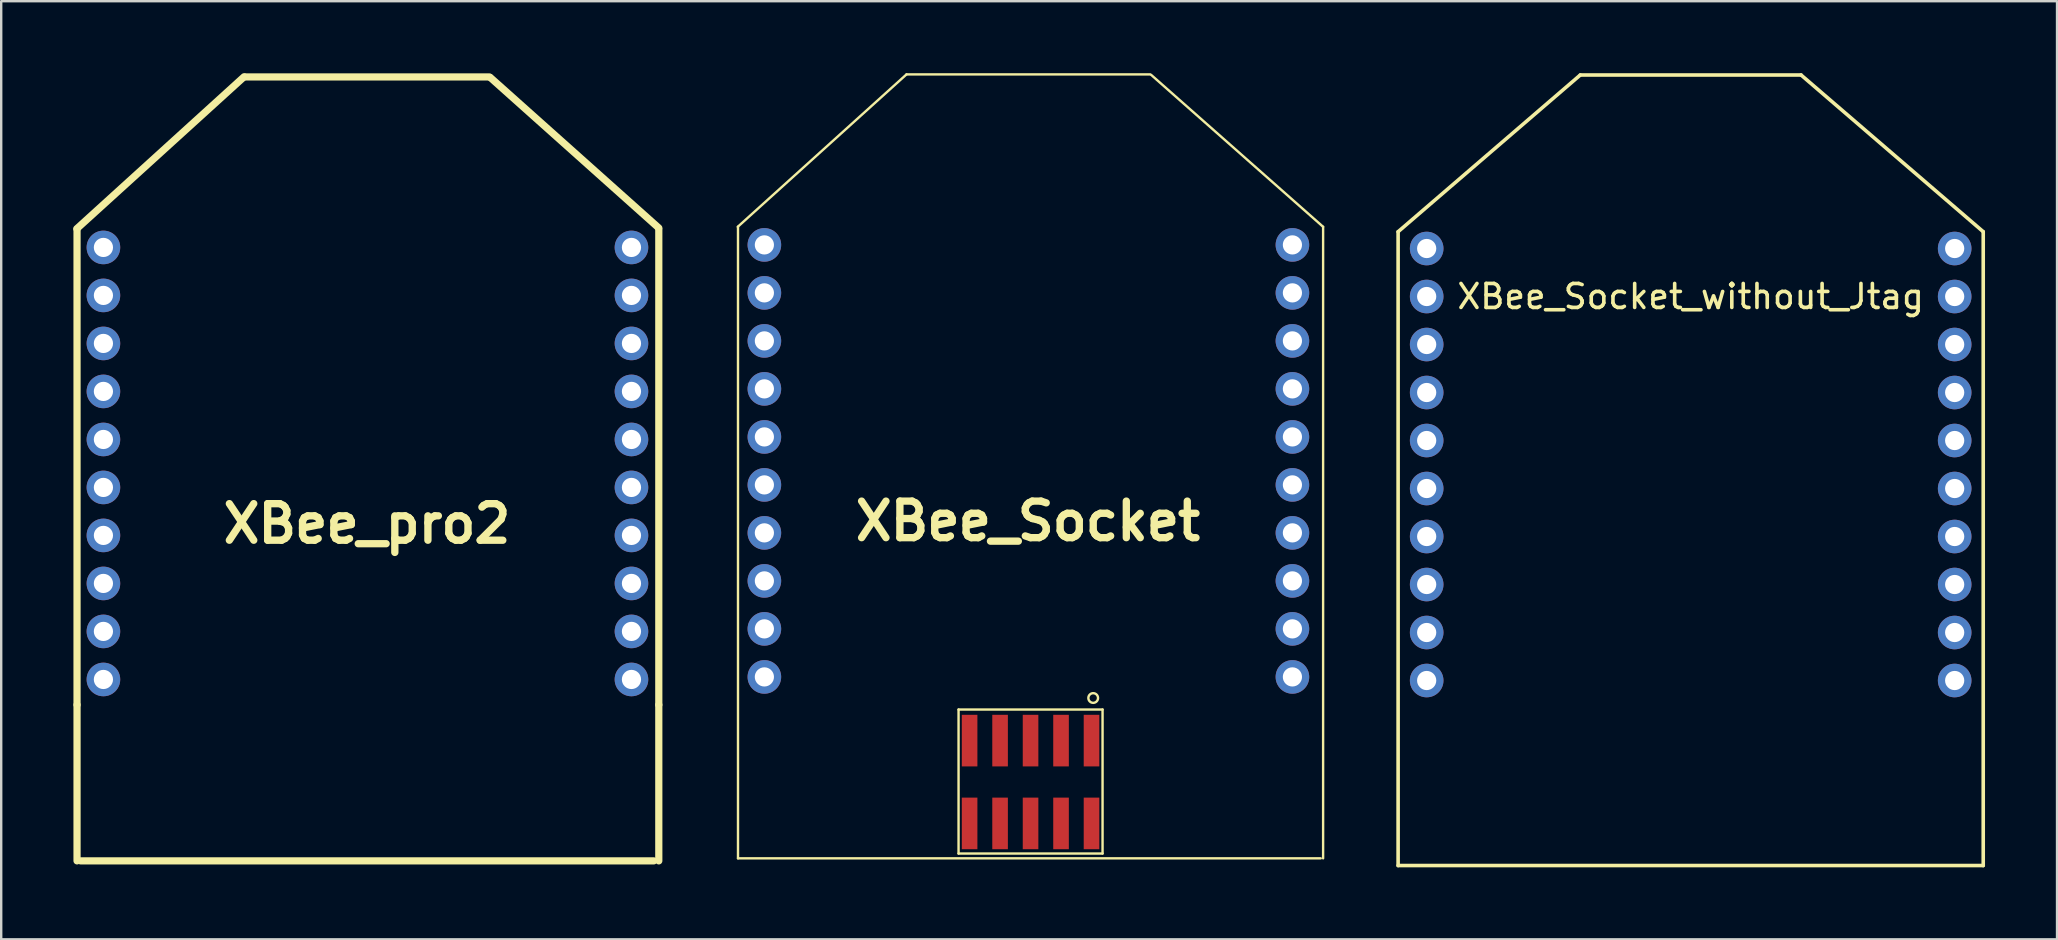
<source format=kicad_pcb>
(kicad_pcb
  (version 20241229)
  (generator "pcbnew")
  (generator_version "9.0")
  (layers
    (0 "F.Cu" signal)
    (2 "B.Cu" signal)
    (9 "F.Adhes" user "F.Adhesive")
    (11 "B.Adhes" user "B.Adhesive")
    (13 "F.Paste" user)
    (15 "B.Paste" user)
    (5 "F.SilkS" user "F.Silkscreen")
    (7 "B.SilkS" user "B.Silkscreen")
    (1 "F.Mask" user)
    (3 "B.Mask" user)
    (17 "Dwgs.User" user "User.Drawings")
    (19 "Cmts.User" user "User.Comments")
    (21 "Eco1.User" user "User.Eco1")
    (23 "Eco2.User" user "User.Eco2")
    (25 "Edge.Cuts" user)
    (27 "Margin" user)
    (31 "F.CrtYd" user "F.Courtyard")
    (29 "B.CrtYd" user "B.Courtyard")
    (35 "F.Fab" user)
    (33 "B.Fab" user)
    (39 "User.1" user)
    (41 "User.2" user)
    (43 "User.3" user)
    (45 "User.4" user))
  (footprint "XBee_pro2"
    (layer "F.Cu")
    (at 0.26 7.14)
    (property "Reference" "XBee_pro2" (at 11.98 11.63 0) (layer "F.SilkS") (effects (font (size 1.524 1.524) (thickness 0.305))))
    (attr through_hole)
    (fp_line (start -0.11 -0.66) (end 6.86 -6.99) (stroke (width 0.3) (type solid)) (layer "F.SilkS"))
    (fp_line (start -0.1 19.178) (end -0.1 -0.634) (stroke (width 0.3) (type solid)) (layer "F.SilkS"))
    (fp_line (start -0.1 19.178) (end -0.1 25.68) (stroke (width 0.3) (type solid)) (layer "F.SilkS"))
    (fp_line (start 0.05 25.68) (end 23.93 25.68) (stroke (width 0.3) (type solid)) (layer "F.SilkS"))
    (fp_line (start 6.92 -6.984) (end 17.08 -6.984) (stroke (width 0.3) (type solid)) (layer "F.SilkS"))
    (fp_line (start 17.12 -6.96) (end 24.14 -0.69) (stroke (width 0.3) (type solid)) (layer "F.SilkS"))
    (fp_line (start 24.14 19.178) (end 24.14 -0.634) (stroke (width 0.3) (type solid)) (layer "F.SilkS"))
    (fp_line (start 24.14 19.178) (end 24.14 25.68) (stroke (width 0.3) (type solid)) (layer "F.SilkS"))
    (pad "1" thru_hole circle (at 0.999 0.12) (size 1.4 1.4) (drill 0.8) (layers "*.Cu" "*.Mask"))
    (pad "2" thru_hole circle (at 0.999 2.119) (size 1.4 1.4) (drill 0.8) (layers "*.Cu" "*.Mask"))
    (pad "3" thru_hole circle (at 0.999 4.12) (size 1.4 1.4) (drill 0.8) (layers "*.Cu" "*.Mask"))
    (pad "4" thru_hole circle (at 0.999 6.119) (size 1.4 1.4) (drill 0.8) (layers "*.Cu" "*.Mask"))
    (pad "5" thru_hole circle (at 0.999 8.121) (size 1.4 1.4) (drill 0.8) (layers "*.Cu" "*.Mask"))
    (pad "6" thru_hole circle (at 0.999 10.12) (size 1.4 1.4) (drill 0.8) (layers "*.Cu" "*.Mask"))
    (pad "7" thru_hole circle (at 0.999 12.119) (size 1.4 1.4) (drill 0.8) (layers "*.Cu" "*.Mask"))
    (pad "8" thru_hole circle (at 0.999 14.12) (size 1.4 1.4) (drill 0.8) (layers "*.Cu" "*.Mask"))
    (pad "9" thru_hole circle (at 0.999 16.119) (size 1.4 1.4) (drill 0.8) (layers "*.Cu" "*.Mask"))
    (pad "10" thru_hole circle (at 0.999 18.121) (size 1.4 1.4) (drill 0.8) (layers "*.Cu" "*.Mask"))
    (pad "11" thru_hole circle (at 23.001 18.121) (size 1.4 1.4) (drill 0.8) (layers "*.Cu" "*.Mask"))
    (pad "12" thru_hole circle (at 23.001 16.119) (size 1.4 1.4) (drill 0.8) (layers "*.Cu" "*.Mask"))
    (pad "13" thru_hole circle (at 23.001 14.12) (size 1.4 1.4) (drill 0.8) (layers "*.Cu" "*.Mask"))
    (pad "14" thru_hole circle (at 23.001 12.119) (size 1.4 1.4) (drill 0.8) (layers "*.Cu" "*.Mask"))
    (pad "15" thru_hole circle (at 23.001 10.12) (size 1.4 1.4) (drill 0.8) (layers "*.Cu" "*.Mask"))
    (pad "16" thru_hole circle (at 23.001 8.121) (size 1.4 1.4) (drill 0.8) (layers "*.Cu" "*.Mask"))
    (pad "17" thru_hole circle (at 23.001 6.119) (size 1.4 1.4) (drill 0.8) (layers "*.Cu" "*.Mask"))
    (pad "18" thru_hole circle (at 23.001 4.12) (size 1.4 1.4) (drill 0.8) (layers "*.Cu" "*.Mask"))
    (pad "19" thru_hole circle (at 23.001 2.119) (size 1.4 1.4) (drill 0.8) (layers "*.Cu" "*.Mask"))
    (pad "20" thru_hole circle (at 23.001 0.12) (size 1.4 1.4) (drill 0.8) (layers "*.Cu" "*.Mask")))
  (footprint "XBee_Socket_without_Jtag"
    (layer "F.Cu")
    (at 56.395 7.305)
    (property "Reference" "XBee_Socket_without_Jtag" (at 11 2 0) (layer "F.SilkS") (effects (font (size 1 1) (thickness 0.15))))
    (attr through_hole)
    (fp_line (start -1.19 -0.7) (end -1.19 25.71) (stroke (width 0.15) (type solid)) (layer "F.SilkS"))
    (fp_line (start -1.19 25.71) (end 23.19 25.71) (stroke (width 0.15) (type solid)) (layer "F.SilkS"))
    (fp_line (start 6.4 -7.23) (end -1.19 -0.7) (stroke (width 0.15) (type solid)) (layer "F.SilkS"))
    (fp_line (start 15.6 -7.23) (end 6.4 -7.23) (stroke (width 0.15) (type solid)) (layer "F.SilkS"))
    (fp_line (start 23.19 -0.7) (end 15.6 -7.23) (stroke (width 0.15) (type solid)) (layer "F.SilkS"))
    (fp_line (start 23.19 25.71) (end 23.19 -0.7) (stroke (width 0.15) (type solid)) (layer "F.SilkS"))
    (pad "1" thru_hole circle (at 0 0) (size 1.4 1.4) (drill 0.8) (layers "*.Cu" "*.Mask"))
    (pad "2" thru_hole circle (at 0 2) (size 1.4 1.4) (drill 0.8) (layers "*.Cu" "*.Mask"))
    (pad "3" thru_hole circle (at 0 4) (size 1.4 1.4) (drill 0.8) (layers "*.Cu" "*.Mask"))
    (pad "4" thru_hole circle (at 0 6) (size 1.4 1.4) (drill 0.8) (layers "*.Cu" "*.Mask"))
    (pad "5" thru_hole circle (at 0 8) (size 1.4 1.4) (drill 0.8) (layers "*.Cu" "*.Mask"))
    (pad "6" thru_hole circle (at 0 10) (size 1.4 1.4) (drill 0.8) (layers "*.Cu" "*.Mask"))
    (pad "7" thru_hole circle (at 0 12) (size 1.4 1.4) (drill 0.8) (layers "*.Cu" "*.Mask"))
    (pad "8" thru_hole circle (at 0 14) (size 1.4 1.4) (drill 0.8) (layers "*.Cu" "*.Mask"))
    (pad "9" thru_hole circle (at 0 16) (size 1.4 1.4) (drill 0.8) (layers "*.Cu" "*.Mask"))
    (pad "10" thru_hole circle (at 0 18) (size 1.4 1.4) (drill 0.8) (layers "*.Cu" "*.Mask"))
    (pad "11" thru_hole circle (at 22 18) (size 1.4 1.4) (drill 0.8) (layers "*.Cu" "*.Mask"))
    (pad "12" thru_hole circle (at 22 16) (size 1.4 1.4) (drill 0.8) (layers "*.Cu" "*.Mask"))
    (pad "13" thru_hole circle (at 22 14) (size 1.4 1.4) (drill 0.8) (layers "*.Cu" "*.Mask"))
    (pad "14" thru_hole circle (at 22 12) (size 1.4 1.4) (drill 0.8) (layers "*.Cu" "*.Mask"))
    (pad "15" thru_hole circle (at 22 10) (size 1.4 1.4) (drill 0.8) (layers "*.Cu" "*.Mask"))
    (pad "16" thru_hole circle (at 22 8) (size 1.4 1.4) (drill 0.8) (layers "*.Cu" "*.Mask"))
    (pad "17" thru_hole circle (at 22 6) (size 1.4 1.4) (drill 0.8) (layers "*.Cu" "*.Mask"))
    (pad "18" thru_hole circle (at 22 4) (size 1.4 1.4) (drill 0.8) (layers "*.Cu" "*.Mask"))
    (pad "19" thru_hole circle (at 22 2) (size 1.4 1.4) (drill 0.8) (layers "*.Cu" "*.Mask"))
    (pad "20" thru_hole circle (at 22 0) (size 1.4 1.4) (drill 0.8) (layers "*.Cu" "*.Mask")))
  (footprint "XBee_Socket"
    (layer "F.Cu")
    (at 27.8 7.034)
    (property "Reference" "XBee_Socket" (at 11.98 11.63 0) (layer "F.SilkS") (effects (font (size 1.524 1.524) (thickness 0.305))))
    (attr through_hole)
    (fp_line (start -0.11 -0.634) (end 6.92 -6.984) (stroke (width 0.1) (type solid)) (layer "F.SilkS"))
    (fp_line (start -0.1 -0.634) (end -0.1 25.68) (stroke (width 0.1) (type solid)) (layer "F.SilkS"))
    (fp_line (start -0.1 25.68) (end 24.18 25.68) (stroke (width 0.1) (type solid)) (layer "F.SilkS"))
    (fp_line (start 6.92 -6.984) (end 17.08 -6.984) (stroke (width 0.1) (type solid)) (layer "F.SilkS"))
    (fp_line (start 9.09 19.48) (end 15.09 19.48) (stroke (width 0.1) (type solid)) (layer "F.SilkS"))
    (fp_line (start 9.09 25.48) (end 9.09 19.48) (stroke (width 0.1) (type solid)) (layer "F.SilkS"))
    (fp_line (start 9.09 25.48) (end 15.09 25.48) (stroke (width 0.1) (type solid)) (layer "F.SilkS"))
    (fp_line (start 15.09 25.48) (end 15.09 19.48) (stroke (width 0.1) (type solid)) (layer "F.SilkS"))
    (fp_line (start 17.12 -6.96) (end 24.28 -0.634) (stroke (width 0.1) (type solid)) (layer "F.SilkS"))
    (fp_line (start 24.28 -0.634) (end 24.28 25.68) (stroke (width 0.1) (type solid)) (layer "F.SilkS"))
    (fp_circle (center 14.7 19) (end 14.725 19.2) (stroke (width 0.1) (type solid)) (fill no) (layer "F.SilkS"))
    (pad "1" thru_hole circle (at 0.999 0.12) (size 1.4 1.4) (drill 0.8) (layers "*.Cu" "*.Mask"))
    (pad "2" thru_hole circle (at 0.999 2.119) (size 1.4 1.4) (drill 0.8) (layers "*.Cu" "*.Mask"))
    (pad "3" thru_hole circle (at 0.999 4.12) (size 1.4 1.4) (drill 0.8) (layers "*.Cu" "*.Mask"))
    (pad "4" thru_hole circle (at 0.999 6.119) (size 1.4 1.4) (drill 0.8) (layers "*.Cu" "*.Mask"))
    (pad "5" thru_hole circle (at 0.999 8.121) (size 1.4 1.4) (drill 0.8) (layers "*.Cu" "*.Mask"))
    (pad "6" thru_hole circle (at 0.999 10.12) (size 1.4 1.4) (drill 0.8) (layers "*.Cu" "*.Mask"))
    (pad "7" thru_hole circle (at 0.999 12.119) (size 1.4 1.4) (drill 0.8) (layers "*.Cu" "*.Mask"))
    (pad "8" thru_hole circle (at 0.999 14.12) (size 1.4 1.4) (drill 0.8) (layers "*.Cu" "*.Mask"))
    (pad "9" thru_hole circle (at 0.999 16.119) (size 1.4 1.4) (drill 0.8) (layers "*.Cu" "*.Mask"))
    (pad "10" thru_hole circle (at 0.999 18.121) (size 1.4 1.4) (drill 0.8) (layers "*.Cu" "*.Mask"))
    (pad "11" thru_hole circle (at 23.001 18.121) (size 1.4 1.4) (drill 0.8) (layers "*.Cu" "*.Mask"))
    (pad "12" thru_hole circle (at 23.001 16.119) (size 1.4 1.4) (drill 0.8) (layers "*.Cu" "*.Mask"))
    (pad "13" thru_hole circle (at 23.001 14.12) (size 1.4 1.4) (drill 0.8) (layers "*.Cu" "*.Mask"))
    (pad "14" thru_hole circle (at 23.001 12.119) (size 1.4 1.4) (drill 0.8) (layers "*.Cu" "*.Mask"))
    (pad "15" thru_hole circle (at 23.001 10.12) (size 1.4 1.4) (drill 0.8) (layers "*.Cu" "*.Mask"))
    (pad "16" thru_hole circle (at 23.001 8.121) (size 1.4 1.4) (drill 0.8) (layers "*.Cu" "*.Mask"))
    (pad "17" thru_hole circle (at 23.001 6.119) (size 1.4 1.4) (drill 0.8) (layers "*.Cu" "*.Mask"))
    (pad "18" thru_hole circle (at 23.001 4.12) (size 1.4 1.4) (drill 0.8) (layers "*.Cu" "*.Mask"))
    (pad "19" thru_hole circle (at 23.001 2.119) (size 1.4 1.4) (drill 0.8) (layers "*.Cu" "*.Mask"))
    (pad "20" thru_hole circle (at 23.001 0.12) (size 1.4 1.4) (drill 0.8) (layers "*.Cu" "*.Mask"))
    (pad "21" smd rect (at 14.63 20.775) (size 0.65 2.15) (layers "F.Cu" "F.Mask" "F.Paste"))
    (pad "22" smd rect (at 14.63 24.225) (size 0.65 2.15) (layers "F.Cu" "F.Mask" "F.Paste"))
    (pad "23" smd rect (at 13.36 20.775) (size 0.65 2.15) (layers "F.Cu" "F.Mask" "F.Paste"))
    (pad "24" smd rect (at 13.36 24.225) (size 0.65 2.15) (layers "F.Cu" "F.Mask" "F.Paste"))
    (pad "25" smd rect (at 12.09 20.775) (size 0.65 2.15) (layers "F.Cu" "F.Mask" "F.Paste"))
    (pad "26" smd rect (at 12.09 24.225) (size 0.65 2.15) (layers "F.Cu" "F.Mask" "F.Paste"))
    (pad "27" smd rect (at 10.82 20.775) (size 0.65 2.15) (layers "F.Cu" "F.Mask" "F.Paste"))
    (pad "28" smd rect (at 10.82 24.225) (size 0.65 2.15) (layers "F.Cu" "F.Mask" "F.Paste"))
    (pad "29" smd rect (at 9.55 20.775) (size 0.65 2.15) (layers "F.Cu" "F.Mask" "F.Paste"))
    (pad "30" smd rect (at 9.55 24.225) (size 0.65 2.15) (layers "F.Cu" "F.Mask" "F.Paste")))
  (gr_rect
    (start -3 -3)
    (end 82.66 36.09)
    (stroke (width 0.1) (type default))
    (fill no)
    (layer "Edge.Cuts")))
</source>
